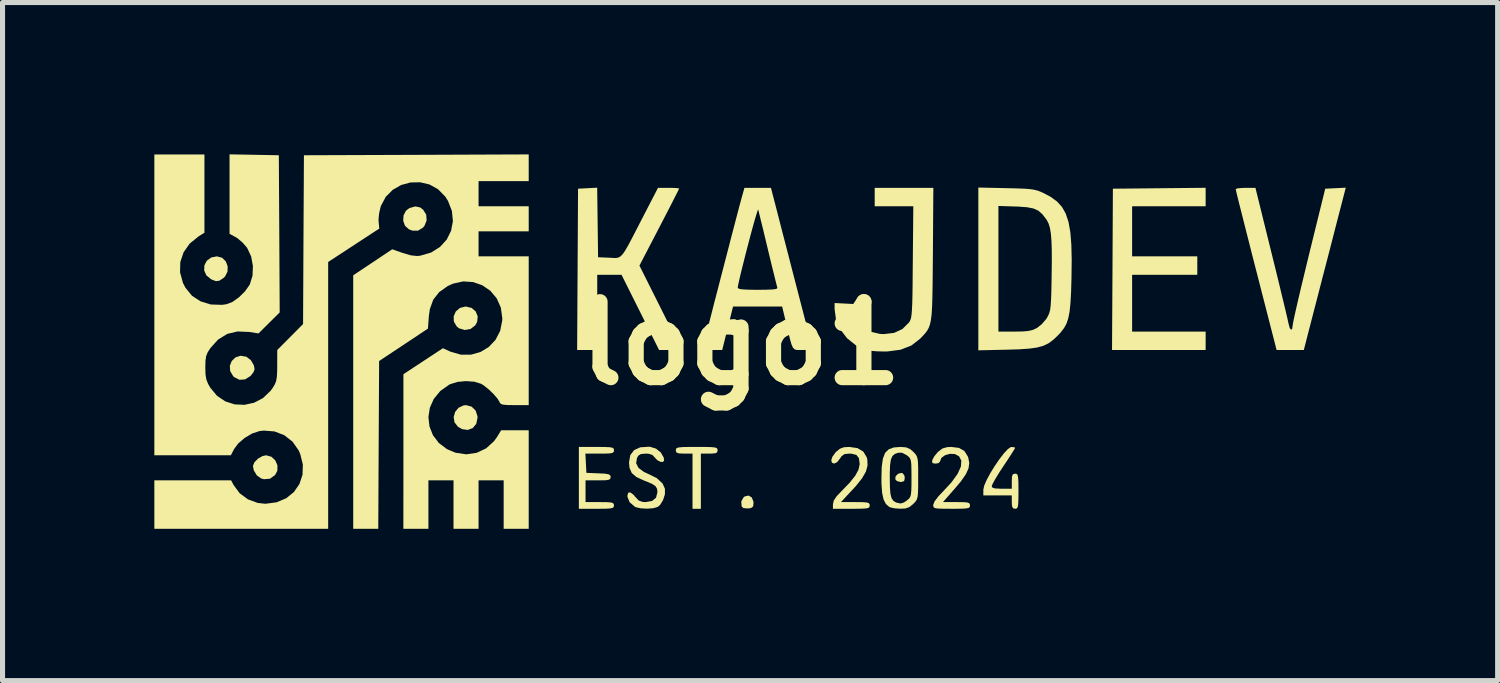
<source format=kicad_pcb>
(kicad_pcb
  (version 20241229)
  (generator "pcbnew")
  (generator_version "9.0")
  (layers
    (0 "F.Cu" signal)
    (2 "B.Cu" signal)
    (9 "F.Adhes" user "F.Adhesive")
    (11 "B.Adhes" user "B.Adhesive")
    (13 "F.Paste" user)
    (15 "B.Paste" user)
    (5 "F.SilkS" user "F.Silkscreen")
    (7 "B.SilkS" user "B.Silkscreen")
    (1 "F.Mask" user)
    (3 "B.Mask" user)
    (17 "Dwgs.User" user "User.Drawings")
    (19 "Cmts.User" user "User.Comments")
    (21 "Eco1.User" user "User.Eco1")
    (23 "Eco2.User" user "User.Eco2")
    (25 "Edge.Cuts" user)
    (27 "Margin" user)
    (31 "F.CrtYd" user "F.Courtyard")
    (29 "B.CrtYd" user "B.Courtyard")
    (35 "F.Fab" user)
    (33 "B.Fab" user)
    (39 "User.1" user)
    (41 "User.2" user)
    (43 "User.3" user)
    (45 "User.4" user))
  (footprint "logo1"
    (layer "F.Cu")
    (at 11.593 3.734)
    (property "Reference" "logo1" (at 0 0 0) (layer "F.SilkS") (effects (font (size 1.5 1.5) (thickness 0.3))))
    (attr board_only exclude_from_pos_files exclude_from_bom)
    (fp_poly (pts (xy 3.191 2.566) (xy 3.227 2.609) (xy 3.237 2.662) (xy 3.223 2.723) (xy 3.167 2.741) (xy 3.153 2.741) (xy 3.081 2.722) (xy 3.049 2.687) (xy 3.055 2.628) (xy 3.103 2.579) (xy 3.168 2.561)) (stroke (width 0) (type solid)) (fill yes) (layer "F.SilkS"))
    (fp_poly (pts (xy 0.212 3.046) (xy 0.245 3.126) (xy 0.248 3.158) (xy 0.239 3.225) (xy 0.199 3.255) (xy 0.14 3.264) (xy 0.049 3.257) (xy 0.013 3.224) (xy 0.005 3.125) (xy 0.052 3.043) (xy 0.074 3.026) (xy 0.15 3.009)) (stroke (width 0) (type solid)) (fill yes) (layer "F.SilkS"))
    (fp_poly (pts (xy -9.279 2.242) (xy -9.202 2.315) (xy -9.16 2.414) (xy -9.163 2.52) (xy -9.207 2.603) (xy -9.308 2.676) (xy -9.427 2.686) (xy -9.483 2.671) (xy -9.567 2.611) (xy -9.627 2.513) (xy -9.645 2.425) (xy -9.616 2.352) (xy -9.546 2.28) (xy -9.457 2.229) (xy -9.384 2.213)) (stroke (width 0) (type solid)) (fill yes) (layer "F.SilkS"))
    (fp_poly (pts (xy -6.343 -2.686) (xy -6.282 -2.641) (xy -6.221 -2.544) (xy -6.212 -2.429) (xy -6.255 -2.321) (xy -6.286 -2.285) (xy -6.384 -2.225) (xy -6.492 -2.226) (xy -6.563 -2.253) (xy -6.64 -2.322) (xy -6.675 -2.42) (xy -6.669 -2.527) (xy -6.621 -2.62) (xy -6.554 -2.671) (xy -6.438 -2.705)) (stroke (width 0) (type solid)) (fill yes) (layer "F.SilkS"))
    (fp_poly (pts (xy -5.323 -0.699) (xy -5.242 -0.629) (xy -5.203 -0.531) (xy -5.214 -0.423) (xy -5.252 -0.354) (xy -5.345 -0.283) (xy -5.458 -0.263) (xy -5.569 -0.295) (xy -5.615 -0.33) (xy -5.674 -0.428) (xy -5.678 -0.533) (xy -5.636 -0.629) (xy -5.555 -0.699) (xy -5.441 -0.727) (xy -5.439 -0.727)) (stroke (width 0) (type solid)) (fill yes) (layer "F.SilkS"))
    (fp_poly (pts (xy -5.323 1.252) (xy -5.243 1.331) (xy -5.207 1.445) (xy -5.206 1.47) (xy -5.232 1.592) (xy -5.301 1.675) (xy -5.399 1.712) (xy -5.512 1.696) (xy -5.594 1.649) (xy -5.662 1.561) (xy -5.678 1.457) (xy -5.649 1.356) (xy -5.582 1.274) (xy -5.482 1.227) (xy -5.433 1.222)) (stroke (width 0) (type solid)) (fill yes) (layer "F.SilkS"))
    (fp_poly (pts (xy -10.254 -1.69) (xy -10.181 -1.619) (xy -10.144 -1.521) (xy -10.147 -1.416) (xy -10.196 -1.32) (xy -10.227 -1.291) (xy -10.308 -1.237) (xy -10.376 -1.228) (xy -10.462 -1.261) (xy -10.47 -1.265) (xy -10.565 -1.342) (xy -10.608 -1.439) (xy -10.604 -1.541) (xy -10.556 -1.632) (xy -10.469 -1.696) (xy -10.357 -1.718)) (stroke (width 0) (type solid)) (fill yes) (layer "F.SilkS"))
    (fp_poly (pts (xy -9.775 0.265) (xy -9.686 0.333) (xy -9.626 0.436) (xy -9.612 0.515) (xy -9.634 0.571) (xy -9.687 0.64) (xy -9.693 0.646) (xy -9.799 0.713) (xy -9.911 0.721) (xy -10.015 0.669) (xy -10.035 0.65) (xy -10.095 0.548) (xy -10.101 0.443) (xy -10.063 0.349) (xy -9.989 0.278) (xy -9.89 0.246)) (stroke (width 0) (type solid)) (fill yes) (layer "F.SilkS"))
    (fp_poly (pts (xy 9.182 -2.891) (xy 9.182 -2.708) (xy 8.456 -2.708) (xy 7.729 -2.708) (xy 7.729 -2.213) (xy 7.729 -1.718) (xy 8.373 -1.718) (xy 9.017 -1.718) (xy 9.017 -1.536) (xy 9.017 -1.354) (xy 8.373 -1.354) (xy 7.729 -1.354) (xy 7.729 -0.793) (xy 7.729 -0.231) (xy 8.456 -0.231) (xy 9.182 -0.231) (xy 9.182 -0.05) (xy 9.182 0.132) (xy 8.257 0.132) (xy 7.332 0.132) (xy 7.341 -1.462) (xy 7.349 -3.055) (xy 8.266 -3.064) (xy 9.182 -3.073)) (stroke (width 0) (type solid)) (fill yes) (layer "F.SilkS"))
    (fp_poly (pts (xy -0.704 2.048) (xy -0.588 2.051) (xy -0.517 2.058) (xy -0.479 2.071) (xy -0.465 2.092) (xy -0.462 2.114) (xy -0.471 2.154) (xy -0.508 2.173) (xy -0.589 2.18) (xy -0.628 2.18) (xy -0.793 2.18) (xy -0.793 2.725) (xy -0.793 3.27) (xy -0.875 3.27) (xy -0.958 3.27) (xy -0.958 2.725) (xy -0.958 2.18) (xy -1.123 2.18) (xy -1.222 2.176) (xy -1.271 2.162) (xy -1.287 2.129) (xy -1.288 2.114) (xy -1.284 2.086) (xy -1.266 2.068) (xy -1.222 2.057) (xy -1.142 2.05) (xy -1.015 2.048) (xy -0.875 2.048)) (stroke (width 0) (type solid)) (fill yes) (layer "F.SilkS"))
    (fp_poly (pts (xy -2.702 2.049) (xy -2.602 2.053) (xy -2.544 2.062) (xy -2.518 2.079) (xy -2.51 2.106) (xy -2.51 2.114) (xy -2.515 2.146) (xy -2.54 2.166) (xy -2.596 2.176) (xy -2.696 2.18) (xy -2.793 2.18) (xy -3.075 2.18) (xy -3.065 2.37) (xy -3.055 2.56) (xy -2.816 2.57) (xy -2.691 2.576) (xy -2.619 2.588) (xy -2.585 2.607) (xy -2.576 2.64) (xy -2.576 2.644) (xy -2.583 2.677) (xy -2.61 2.696) (xy -2.673 2.706) (xy -2.785 2.708) (xy -2.824 2.708) (xy -3.072 2.708) (xy -3.072 2.923) (xy -3.072 3.138) (xy -2.791 3.138) (xy -2.655 3.139) (xy -2.571 3.145) (xy -2.528 3.158) (xy -2.512 3.182) (xy -2.51 3.204) (xy -2.515 3.233) (xy -2.535 3.252) (xy -2.584 3.263) (xy -2.673 3.269) (xy -2.814 3.27) (xy -2.857 3.27) (xy -3.204 3.27) (xy -3.204 2.659) (xy -3.204 2.048) (xy -2.857 2.048)) (stroke (width 0) (type solid)) (fill yes) (layer "F.SilkS"))
    (fp_poly (pts (xy 11.739 -2.256) (xy 11.666 -1.971) (xy 11.583 -1.65) (xy 11.496 -1.317) (xy 11.413 -0.995) (xy 11.339 -0.708) (xy 11.324 -0.652) (xy 11.122 0.132) (xy 10.853 0.132) (xy 10.584 0.132) (xy 10.179 -1.445) (xy 10.099 -1.757) (xy 10.025 -2.049) (xy 9.957 -2.316) (xy 9.898 -2.551) (xy 9.848 -2.747) (xy 9.81 -2.899) (xy 9.786 -3.001) (xy 9.776 -3.046) (xy 9.776 -3.047) (xy 9.806 -3.06) (xy 9.885 -3.069) (xy 9.971 -3.072) (xy 10.166 -3.072) (xy 10.482 -1.792) (xy 10.553 -1.506) (xy 10.619 -1.237) (xy 10.678 -0.991) (xy 10.73 -0.777) (xy 10.772 -0.601) (xy 10.802 -0.472) (xy 10.818 -0.398) (xy 10.82 -0.388) (xy 10.844 -0.301) (xy 10.871 -0.267) (xy 10.893 -0.289) (xy 10.902 -0.355) (xy 10.91 -0.406) (xy 10.932 -0.514) (xy 10.967 -0.671) (xy 11.013 -0.871) (xy 11.068 -1.105) (xy 11.131 -1.366) (xy 11.199 -1.647) (xy 11.224 -1.751) (xy 11.545 -3.055) (xy 11.748 -3.065) (xy 11.951 -3.075)) (stroke (width 0) (type solid)) (fill yes) (layer "F.SilkS"))
    (fp_poly (pts (xy -2.833 -2.388) (xy -2.824 -1.701) (xy -2.602 -1.691) (xy -2.53 -1.687) (xy -2.474 -1.685) (xy -2.427 -1.693) (xy -2.384 -1.715) (xy -2.34 -1.759) (xy -2.29 -1.83) (xy -2.229 -1.936) (xy -2.152 -2.081) (xy -2.053 -2.273) (xy -1.943 -2.486) (xy -1.64 -3.072) (xy -1.431 -3.072) (xy -1.324 -3.07) (xy -1.248 -3.065) (xy -1.222 -3.059) (xy -1.237 -3.027) (xy -1.278 -2.945) (xy -1.341 -2.82) (xy -1.423 -2.66) (xy -1.52 -2.473) (xy -1.614 -2.291) (xy -2.007 -1.536) (xy -1.598 -0.719) (xy -1.491 -0.505) (xy -1.395 -0.311) (xy -1.313 -0.144) (xy -1.249 -0.012) (xy -1.206 0.076) (xy -1.189 0.115) (xy -1.189 0.115) (xy -1.219 0.124) (xy -1.298 0.13) (xy -1.404 0.132) (xy -1.619 0.132) (xy -1.99 -0.611) (xy -2.361 -1.354) (xy -2.601 -1.354) (xy -2.841 -1.354) (xy -2.841 -0.611) (xy -2.841 0.132) (xy -3.039 0.132) (xy -3.238 0.132) (xy -3.229 -1.462) (xy -3.22 -3.055) (xy -3.031 -3.065) (xy -2.842 -3.075)) (stroke (width 0) (type solid)) (fill yes) (layer "F.SilkS"))
    (fp_poly (pts (xy 2.301 2.071) (xy 2.417 2.14) (xy 2.485 2.253) (xy 2.496 2.295) (xy 2.501 2.414) (xy 2.469 2.534) (xy 2.393 2.667) (xy 2.269 2.822) (xy 2.207 2.889) (xy 1.975 3.138) (xy 2.259 3.138) (xy 2.397 3.139) (xy 2.481 3.145) (xy 2.525 3.158) (xy 2.541 3.181) (xy 2.543 3.204) (xy 2.539 3.233) (xy 2.519 3.252) (xy 2.471 3.263) (xy 2.385 3.268) (xy 2.248 3.27) (xy 2.18 3.27) (xy 1.817 3.27) (xy 1.817 3.178) (xy 1.834 3.106) (xy 1.891 3.021) (xy 1.986 2.922) (xy 2.147 2.755) (xy 2.258 2.616) (xy 2.322 2.497) (xy 2.345 2.391) (xy 2.345 2.38) (xy 2.33 2.268) (xy 2.279 2.205) (xy 2.18 2.181) (xy 2.139 2.18) (xy 2.047 2.189) (xy 1.989 2.228) (xy 1.955 2.279) (xy 1.899 2.349) (xy 1.841 2.377) (xy 1.797 2.36) (xy 1.784 2.31) (xy 1.806 2.243) (xy 1.862 2.164) (xy 1.88 2.144) (xy 1.955 2.083) (xy 2.034 2.054) (xy 2.14 2.048)) (stroke (width 0) (type solid)) (fill yes) (layer "F.SilkS"))
    (fp_poly (pts (xy 5.401 2.055) (xy 5.417 2.065) (xy 5.4 2.098) (xy 5.352 2.174) (xy 5.282 2.283) (xy 5.195 2.414) (xy 5.186 2.428) (xy 5.097 2.563) (xy 5.025 2.682) (xy 4.975 2.772) (xy 4.955 2.821) (xy 4.954 2.823) (xy 4.969 2.852) (xy 5.02 2.868) (xy 5.122 2.873) (xy 5.153 2.874) (xy 5.351 2.874) (xy 5.351 2.725) (xy 5.355 2.632) (xy 5.373 2.588) (xy 5.412 2.576) (xy 5.417 2.576) (xy 5.446 2.581) (xy 5.465 2.602) (xy 5.476 2.651) (xy 5.482 2.739) (xy 5.483 2.88) (xy 5.483 2.923) (xy 5.482 3.078) (xy 5.478 3.178) (xy 5.469 3.236) (xy 5.452 3.262) (xy 5.425 3.27) (xy 5.417 3.27) (xy 5.374 3.259) (xy 5.355 3.214) (xy 5.351 3.138) (xy 5.351 3.006) (xy 5.07 3.006) (xy 4.789 3.006) (xy 4.789 2.89) (xy 4.807 2.81) (xy 4.856 2.698) (xy 4.927 2.566) (xy 5.013 2.427) (xy 5.104 2.293) (xy 5.193 2.178) (xy 5.271 2.093) (xy 5.331 2.051) (xy 5.343 2.049)) (stroke (width 0) (type solid)) (fill yes) (layer "F.SilkS"))
    (fp_poly (pts (xy 4.307 2.067) (xy 4.414 2.127) (xy 4.482 2.236) (xy 4.492 2.263) (xy 4.511 2.366) (xy 4.496 2.472) (xy 4.443 2.589) (xy 4.345 2.729) (xy 4.221 2.876) (xy 3.991 3.138) (xy 4.258 3.138) (xy 4.39 3.139) (xy 4.47 3.145) (xy 4.51 3.16) (xy 4.524 3.186) (xy 4.525 3.204) (xy 4.521 3.233) (xy 4.501 3.252) (xy 4.453 3.263) (xy 4.367 3.268) (xy 4.23 3.27) (xy 4.162 3.27) (xy 4.003 3.269) (xy 3.899 3.266) (xy 3.838 3.258) (xy 3.809 3.242) (xy 3.799 3.217) (xy 3.798 3.195) (xy 3.825 3.124) (xy 3.901 3.024) (xy 3.982 2.939) (xy 4.159 2.748) (xy 4.281 2.579) (xy 4.346 2.435) (xy 4.354 2.318) (xy 4.308 2.232) (xy 4.228 2.189) (xy 4.13 2.184) (xy 4.033 2.211) (xy 3.96 2.264) (xy 3.931 2.338) (xy 3.931 2.339) (xy 3.902 2.368) (xy 3.846 2.378) (xy 3.786 2.369) (xy 3.776 2.332) (xy 3.782 2.304) (xy 3.82 2.233) (xy 3.886 2.153) (xy 3.901 2.139) (xy 3.982 2.078) (xy 4.074 2.052) (xy 4.155 2.048)) (stroke (width 0) (type solid)) (fill yes) (layer "F.SilkS"))
    (fp_poly (pts (xy 3.792 -1.759) (xy 3.789 -1.417) (xy 3.786 -1.134) (xy 3.782 -0.904) (xy 3.776 -0.72) (xy 3.767 -0.574) (xy 3.753 -0.46) (xy 3.734 -0.372) (xy 3.709 -0.303) (xy 3.676 -0.245) (xy 3.635 -0.192) (xy 3.585 -0.137) (xy 3.54 -0.091) (xy 3.368 0.043) (xy 3.153 0.127) (xy 2.895 0.161) (xy 2.815 0.162) (xy 2.68 0.158) (xy 2.561 0.148) (xy 2.482 0.136) (xy 2.477 0.134) (xy 2.27 0.04) (xy 2.095 -0.101) (xy 1.961 -0.277) (xy 1.876 -0.478) (xy 1.85 -0.674) (xy 1.85 -0.796) (xy 2.04 -0.786) (xy 2.23 -0.776) (xy 2.248 -0.635) (xy 2.301 -0.46) (xy 2.405 -0.324) (xy 2.554 -0.231) (xy 2.743 -0.186) (xy 2.824 -0.182) (xy 3.026 -0.206) (xy 3.188 -0.281) (xy 3.316 -0.407) (xy 3.335 -0.435) (xy 3.35 -0.467) (xy 3.362 -0.51) (xy 3.371 -0.572) (xy 3.378 -0.66) (xy 3.384 -0.78) (xy 3.388 -0.941) (xy 3.391 -1.149) (xy 3.393 -1.411) (xy 3.395 -1.604) (xy 3.405 -2.708) (xy 3.024 -2.708) (xy 2.642 -2.708) (xy 2.642 -2.89) (xy 2.642 -3.072) (xy 3.222 -3.072) (xy 3.801 -3.072)) (stroke (width 0) (type solid)) (fill yes) (layer "F.SilkS"))
    (fp_poly (pts (xy -1.8 2.045) (xy -1.681 2.081) (xy -1.584 2.158) (xy -1.527 2.259) (xy -1.519 2.314) (xy -1.542 2.345) (xy -1.594 2.341) (xy -1.656 2.308) (xy -1.698 2.263) (xy -1.752 2.205) (xy -1.83 2.182) (xy -1.884 2.18) (xy -1.976 2.188) (xy -2.028 2.219) (xy -2.055 2.266) (xy -2.072 2.37) (xy -2.025 2.463) (xy -1.917 2.543) (xy -1.837 2.579) (xy -1.662 2.666) (xy -1.549 2.772) (xy -1.503 2.874) (xy -1.503 2.981) (xy -1.539 3.096) (xy -1.598 3.193) (xy -1.647 3.234) (xy -1.734 3.259) (xy -1.856 3.268) (xy -1.981 3.261) (xy -2.079 3.239) (xy -2.097 3.23) (xy -2.2 3.142) (xy -2.244 3.034) (xy -2.245 3.014) (xy -2.23 2.953) (xy -2.187 2.947) (xy -2.124 2.993) (xy -2.086 3.039) (xy -2.02 3.108) (xy -1.941 3.135) (xy -1.884 3.138) (xy -1.757 3.116) (xy -1.679 3.051) (xy -1.652 2.945) (xy -1.651 2.941) (xy -1.659 2.875) (xy -1.688 2.825) (xy -1.753 2.78) (xy -1.863 2.732) (xy -1.924 2.709) (xy -2.069 2.641) (xy -2.159 2.563) (xy -2.203 2.462) (xy -2.213 2.353) (xy -2.188 2.21) (xy -2.113 2.111) (xy -1.989 2.055) (xy -1.818 2.044)) (stroke (width 0) (type solid)) (fill yes) (layer "F.SilkS"))
    (fp_poly (pts (xy 3.266 2.057) (xy 3.346 2.093) (xy 3.405 2.144) (xy 3.444 2.186) (xy 3.471 2.226) (xy 3.488 2.276) (xy 3.497 2.351) (xy 3.501 2.464) (xy 3.501 2.627) (xy 3.501 2.659) (xy 3.501 2.832) (xy 3.498 2.951) (xy 3.49 3.032) (xy 3.475 3.085) (xy 3.45 3.126) (xy 3.412 3.166) (xy 3.405 3.173) (xy 3.329 3.236) (xy 3.249 3.264) (xy 3.149 3.269) (xy 3.041 3.262) (xy 2.955 3.244) (xy 2.931 3.234) (xy 2.864 3.176) (xy 2.818 3.088) (xy 2.789 2.958) (xy 2.776 2.779) (xy 2.775 2.659) (xy 2.94 2.659) (xy 2.943 2.844) (xy 2.953 2.974) (xy 2.975 3.06) (xy 3.011 3.113) (xy 3.063 3.145) (xy 3.072 3.148) (xy 3.152 3.166) (xy 3.22 3.146) (xy 3.282 3.102) (xy 3.32 3.07) (xy 3.344 3.035) (xy 3.359 2.983) (xy 3.366 2.901) (xy 3.369 2.775) (xy 3.369 2.659) (xy 3.368 2.497) (xy 3.365 2.387) (xy 3.356 2.316) (xy 3.338 2.271) (xy 3.309 2.238) (xy 3.28 2.214) (xy 3.181 2.162) (xy 3.106 2.163) (xy 3.039 2.187) (xy 2.992 2.228) (xy 2.962 2.297) (xy 2.946 2.405) (xy 2.94 2.563) (xy 2.94 2.659) (xy 2.775 2.659) (xy 2.781 2.44) (xy 2.804 2.278) (xy 2.848 2.165) (xy 2.919 2.095) (xy 3.02 2.058) (xy 3.155 2.048)) (stroke (width 0) (type solid)) (fill yes) (layer "F.SilkS"))
    (fp_poly (pts (xy 5.243 -3.066) (xy 5.451 -3.061) (xy 5.605 -3.055) (xy 5.719 -3.046) (xy 5.805 -3.032) (xy 5.876 -3.012) (xy 5.945 -2.984) (xy 5.978 -2.969) (xy 6.126 -2.89) (xy 6.247 -2.8) (xy 6.344 -2.693) (xy 6.418 -2.561) (xy 6.472 -2.398) (xy 6.508 -2.197) (xy 6.528 -1.951) (xy 6.535 -1.654) (xy 6.531 -1.298) (xy 6.531 -1.288) (xy 6.523 -1.016) (xy 6.511 -0.799) (xy 6.494 -0.63) (xy 6.468 -0.497) (xy 6.433 -0.39) (xy 6.384 -0.301) (xy 6.321 -0.219) (xy 6.27 -0.163) (xy 6.174 -0.072) (xy 6.081 -0.002) (xy 5.978 0.048) (xy 5.854 0.083) (xy 5.697 0.105) (xy 5.497 0.119) (xy 5.26 0.126) (xy 4.69 0.139) (xy 4.69 -1.47) (xy 4.69 -1.473) (xy 5.087 -1.473) (xy 5.087 -0.231) (xy 5.404 -0.231) (xy 5.566 -0.234) (xy 5.68 -0.244) (xy 5.765 -0.264) (xy 5.838 -0.297) (xy 5.846 -0.301) (xy 5.942 -0.376) (xy 6.029 -0.477) (xy 6.049 -0.508) (xy 6.075 -0.557) (xy 6.095 -0.608) (xy 6.11 -0.669) (xy 6.12 -0.752) (xy 6.127 -0.866) (xy 6.133 -1.023) (xy 6.137 -1.231) (xy 6.138 -1.319) (xy 6.142 -1.61) (xy 6.141 -1.843) (xy 6.135 -2.027) (xy 6.123 -2.169) (xy 6.105 -2.278) (xy 6.08 -2.362) (xy 6.046 -2.43) (xy 6.034 -2.448) (xy 5.956 -2.55) (xy 5.877 -2.62) (xy 5.78 -2.664) (xy 5.651 -2.689) (xy 5.475 -2.702) (xy 5.431 -2.703) (xy 5.087 -2.714) (xy 5.087 -1.473) (xy 4.69 -1.473) (xy 4.69 -3.078)) (stroke (width 0) (type solid)) (fill yes) (layer "F.SilkS"))
    (fp_poly (pts (xy 0.624 -2.948) (xy 0.639 -2.89) (xy 0.669 -2.776) (xy 0.711 -2.613) (xy 0.764 -2.406) (xy 0.826 -2.165) (xy 0.896 -1.896) (xy 0.971 -1.606) (xy 1.023 -1.404) (xy 1.1 -1.107) (xy 1.172 -0.828) (xy 1.238 -0.575) (xy 1.295 -0.354) (xy 1.343 -0.171) (xy 1.378 -0.034) (xy 1.401 0.05) (xy 1.407 0.074) (xy 1.409 0.106) (xy 1.381 0.124) (xy 1.31 0.131) (xy 1.226 0.132) (xy 1.15 0.133) (xy 1.095 0.131) (xy 1.055 0.117) (xy 1.024 0.082) (xy 0.996 0.017) (xy 0.967 -0.086) (xy 0.93 -0.238) (xy 0.89 -0.405) (xy 0.813 -0.727) (xy 0.328 -0.727) (xy -0.157 -0.727) (xy -0.264 -0.297) (xy -0.371 0.132) (xy -0.565 0.132) (xy -0.669 0.129) (xy -0.739 0.12) (xy -0.76 0.111) (xy -0.752 0.076) (xy -0.729 -0.016) (xy -0.694 -0.156) (xy -0.647 -0.337) (xy -0.592 -0.551) (xy -0.531 -0.791) (xy -0.464 -1.048) (xy -0.451 -1.098) (xy -0.065 -1.098) (xy -0.047 -1.08) (xy 0.012 -1.067) (xy 0.12 -1.06) (xy 0.285 -1.057) (xy 0.334 -1.057) (xy 0.509 -1.059) (xy 0.627 -1.064) (xy 0.694 -1.074) (xy 0.719 -1.09) (xy 0.718 -1.098) (xy 0.707 -1.141) (xy 0.682 -1.239) (xy 0.647 -1.381) (xy 0.603 -1.558) (xy 0.554 -1.761) (xy 0.529 -1.866) (xy 0.478 -2.078) (xy 0.432 -2.27) (xy 0.392 -2.432) (xy 0.362 -2.555) (xy 0.344 -2.628) (xy 0.339 -2.642) (xy 0.329 -2.623) (xy 0.305 -2.549) (xy 0.27 -2.432) (xy 0.228 -2.282) (xy 0.181 -2.108) (xy 0.132 -1.921) (xy 0.083 -1.731) (xy 0.037 -1.548) (xy -0.004 -1.383) (xy -0.036 -1.246) (xy -0.057 -1.147) (xy -0.065 -1.098) (xy -0.451 -1.098) (xy -0.395 -1.316) (xy -0.325 -1.586) (xy -0.256 -1.851) (xy -0.191 -2.103) (xy -0.13 -2.335) (xy -0.077 -2.539) (xy -0.033 -2.706) (xy 0.000381 -2.83) (xy 0.019 -2.898) (xy 0.068 -3.072) (xy 0.33 -3.072) (xy 0.592 -3.072)) (stroke (width 0) (type solid)) (fill yes) (layer "F.SilkS"))
    (fp_poly (pts (xy -9.62 -3.725) (xy -9.133 -3.716) (xy -9.124 -2.163) (xy -9.116 -0.61) (xy -9.325 -0.403) (xy -9.534 -0.195) (xy -9.717 -0.224) (xy -9.95 -0.234) (xy -10.154 -0.185) (xy -10.332 -0.075) (xy -10.486 0.095) (xy -10.487 0.097) (xy -10.54 0.18) (xy -10.57 0.256) (xy -10.583 0.35) (xy -10.586 0.476) (xy -10.582 0.614) (xy -10.566 0.713) (xy -10.531 0.801) (xy -10.487 0.878) (xy -10.354 1.038) (xy -10.19 1.148) (xy -10.006 1.207) (xy -9.813 1.216) (xy -9.623 1.175) (xy -9.447 1.083) (xy -9.297 0.94) (xy -9.257 0.886) (xy -9.213 0.813) (xy -9.186 0.746) (xy -9.172 0.663) (xy -9.166 0.546) (xy -9.165 0.44) (xy -9.164 0.132) (xy -8.909 -0.124) (xy -8.654 -0.381) (xy -8.646 -2.048) (xy -8.637 -3.716) (xy -6.416 -3.724) (xy -4.195 -3.733) (xy -4.195 -3.468) (xy -4.195 -3.204) (xy -4.69 -3.204) (xy -5.186 -3.204) (xy -5.186 -2.956) (xy -5.186 -2.708) (xy -4.69 -2.708) (xy -4.195 -2.708) (xy -4.195 -2.461) (xy -4.195 -2.213) (xy -4.69 -2.213) (xy -5.186 -2.213) (xy -5.186 -1.965) (xy -5.186 -1.718) (xy -4.69 -1.718) (xy -4.195 -1.718) (xy -4.195 -0.248) (xy -4.195 1.222) (xy -4.473 1.222) (xy -4.612 1.22) (xy -4.699 1.213) (xy -4.746 1.197) (xy -4.768 1.17) (xy -4.77 1.163) (xy -4.812 1.093) (xy -4.89 1.003) (xy -4.986 0.91) (xy -5.083 0.833) (xy -5.134 0.801) (xy -5.269 0.759) (xy -5.435 0.747) (xy -5.604 0.763) (xy -5.75 0.809) (xy -5.764 0.816) (xy -5.943 0.943) (xy -6.071 1.099) (xy -6.149 1.274) (xy -6.177 1.459) (xy -6.156 1.643) (xy -6.088 1.816) (xy -5.972 1.969) (xy -5.811 2.091) (xy -5.64 2.163) (xy -5.427 2.194) (xy -5.222 2.164) (xy -5.036 2.076) (xy -4.881 1.935) (xy -4.822 1.853) (xy -4.74 1.719) (xy -4.467 1.718) (xy -4.195 1.718) (xy -4.195 2.692) (xy -4.195 3.666) (xy -4.443 3.666) (xy -4.69 3.666) (xy -4.69 3.187) (xy -4.69 2.708) (xy -4.938 2.708) (xy -5.186 2.708) (xy -5.186 3.187) (xy -5.186 3.666) (xy -5.433 3.666) (xy -5.681 3.666) (xy -5.681 3.187) (xy -5.681 2.708) (xy -5.929 2.708) (xy -6.177 2.708) (xy -6.177 3.187) (xy -6.177 3.666) (xy -6.424 3.666) (xy -6.672 3.666) (xy -6.671 2.139) (xy -6.671 0.611) (xy -6.281 0.354) (xy -5.89 0.097) (xy -5.745 0.164) (xy -5.539 0.224) (xy -5.338 0.225) (xy -5.15 0.173) (xy -4.984 0.073) (xy -4.851 -0.068) (xy -4.759 -0.245) (xy -4.718 -0.451) (xy -4.717 -0.495) (xy -4.746 -0.706) (xy -4.828 -0.889) (xy -4.953 -1.038) (xy -5.111 -1.146) (xy -5.293 -1.21) (xy -5.489 -1.223) (xy -5.69 -1.179) (xy -5.796 -1.131) (xy -5.966 -1.01) (xy -6.082 -0.861) (xy -6.149 -0.675) (xy -6.169 -0.528) (xy -6.186 -0.291) (xy -6.668 0.03) (xy -7.151 0.35) (xy -7.16 2.008) (xy -7.168 3.666) (xy -7.416 3.666) (xy -7.663 3.666) (xy -7.663 1.161) (xy -7.663 -1.344) (xy -7.277 -1.601) (xy -6.892 -1.858) (xy -6.682 -1.784) (xy -6.525 -1.738) (xy -6.4 -1.725) (xy -6.338 -1.731) (xy -6.123 -1.794) (xy -5.948 -1.904) (xy -5.815 -2.05) (xy -5.729 -2.224) (xy -5.693 -2.415) (xy -5.713 -2.615) (xy -5.79 -2.814) (xy -5.846 -2.901) (xy -5.987 -3.045) (xy -6.157 -3.139) (xy -6.342 -3.182) (xy -6.533 -3.178) (xy -6.716 -3.128) (xy -6.882 -3.033) (xy -7.019 -2.896) (xy -7.114 -2.718) (xy -7.12 -2.701) (xy -7.15 -2.575) (xy -7.163 -2.447) (xy -7.161 -2.403) (xy -7.148 -2.267) (xy -7.653 -1.937) (xy -8.158 -1.607) (xy -8.158 1.03) (xy -8.158 3.666) (xy -9.876 3.666) (xy -11.593 3.666) (xy -11.593 3.187) (xy -11.593 2.708) (xy -10.835 2.708) (xy -10.076 2.708) (xy -10.028 2.799) (xy -9.907 2.963) (xy -9.743 3.084) (xy -9.548 3.155) (xy -9.398 3.171) (xy -9.176 3.142) (xy -8.987 3.062) (xy -8.835 2.939) (xy -8.726 2.781) (xy -8.665 2.598) (xy -8.658 2.397) (xy -8.71 2.188) (xy -8.741 2.117) (xy -8.862 1.944) (xy -9.024 1.817) (xy -9.216 1.742) (xy -9.428 1.725) (xy -9.513 1.734) (xy -9.66 1.782) (xy -9.808 1.87) (xy -9.936 1.98) (xy -10.017 2.089) (xy -10.081 2.213) (xy -10.837 2.213) (xy -11.593 2.213) (xy -11.593 -0.76) (xy -11.593 -3.732) (xy -11.098 -3.732) (xy -10.603 -3.732) (xy -10.603 -2.959) (xy -10.603 -2.185) (xy -10.716 -2.115) (xy -10.893 -1.972) (xy -11.015 -1.799) (xy -11.08 -1.606) (xy -11.085 -1.402) (xy -11.028 -1.194) (xy -10.98 -1.1) (xy -10.851 -0.941) (xy -10.68 -0.829) (xy -10.479 -0.767) (xy -10.255 -0.76) (xy -10.164 -0.773) (xy -10.047 -0.819) (xy -9.921 -0.909) (xy -9.803 -1.025) (xy -9.714 -1.151) (xy -9.706 -1.165) (xy -9.653 -1.334) (xy -9.645 -1.526) (xy -9.68 -1.716) (xy -9.757 -1.881) (xy -9.763 -1.89) (xy -9.847 -1.988) (xy -9.945 -2.072) (xy -9.984 -2.097) (xy -10.107 -2.163) (xy -10.107 -2.949) (xy -10.107 -3.734)) (stroke (width 0) (type solid)) (fill yes) (layer "F.SilkS")))
  (gr_rect
    (start -3 -3)
    (end 26.545 10.4)
    (stroke (width 0.1) (type default))
    (fill no)
    (layer "Edge.Cuts")))
</source>
